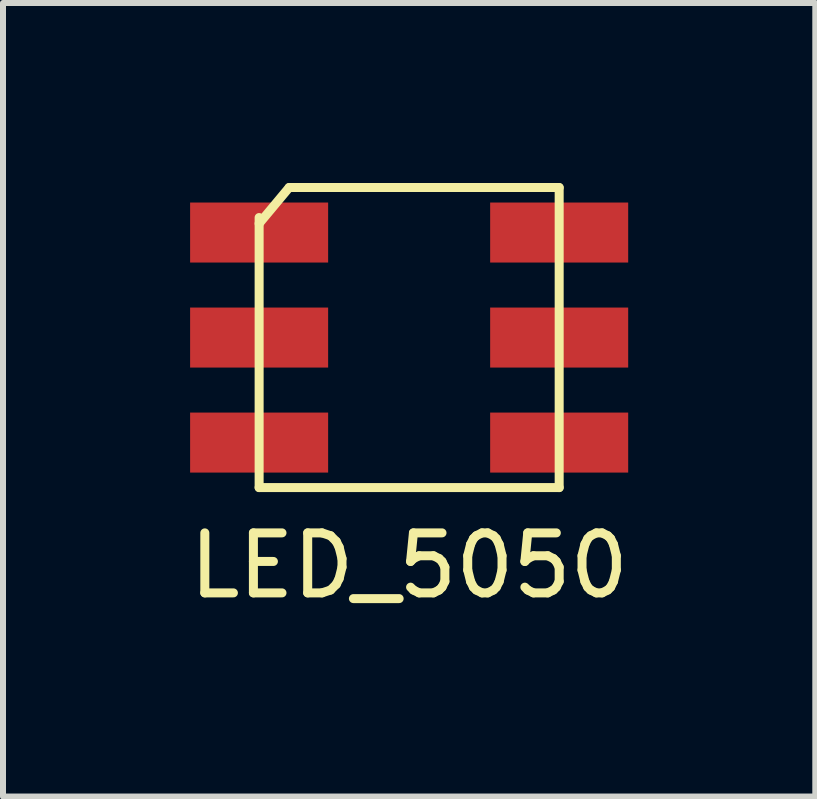
<source format=kicad_pcb>
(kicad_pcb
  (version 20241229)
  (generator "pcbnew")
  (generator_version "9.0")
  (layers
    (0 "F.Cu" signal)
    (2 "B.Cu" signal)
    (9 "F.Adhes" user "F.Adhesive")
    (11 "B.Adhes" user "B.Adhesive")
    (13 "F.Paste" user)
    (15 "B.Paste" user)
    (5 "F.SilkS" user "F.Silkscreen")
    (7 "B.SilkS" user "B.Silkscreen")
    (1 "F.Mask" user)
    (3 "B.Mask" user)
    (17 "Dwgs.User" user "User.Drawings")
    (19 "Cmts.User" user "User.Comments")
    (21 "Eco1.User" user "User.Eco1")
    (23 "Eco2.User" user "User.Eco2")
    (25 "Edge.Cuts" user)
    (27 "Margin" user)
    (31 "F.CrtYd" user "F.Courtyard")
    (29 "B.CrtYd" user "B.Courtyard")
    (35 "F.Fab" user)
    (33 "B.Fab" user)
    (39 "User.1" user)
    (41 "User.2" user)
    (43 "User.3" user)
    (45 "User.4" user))
  (footprint "LED_5050"
    (layer "F.Cu")
    (at 3.768 2.575)
    (property "Reference" "LED_5050" (at 0 3.8 0) (layer "F.SilkS") (effects (font (size 1 1) (thickness 0.15))))
    (attr through_hole)
    (fp_line (start -2.5 2.5) (end -2.5 -2) (stroke (width 0.15) (type solid)) (layer "F.SilkS"))
    (fp_line (start -2 -2.5) (end -2.5 -1.9) (stroke (width 0.15) (type solid)) (layer "F.SilkS"))
    (fp_line (start -2 -2.5) (end 2.5 -2.5) (stroke (width 0.15) (type solid)) (layer "F.SilkS"))
    (fp_line (start 2.5 -2.5) (end 2.5 2.5) (stroke (width 0.15) (type solid)) (layer "F.SilkS"))
    (fp_line (start 2.5 2.5) (end -2.5 2.5) (stroke (width 0.15) (type solid)) (layer "F.SilkS"))
    (pad "1" smd rect (at -2.5 -1.75) (size 2.3 1) (layers "F.Cu" "F.Mask" "F.Paste"))
    (pad "2" smd rect (at -2.5 0) (size 2.3 1) (layers "F.Cu" "F.Mask" "F.Paste"))
    (pad "3" smd rect (at -2.5 1.75) (size 2.3 1) (layers "F.Cu" "F.Mask" "F.Paste"))
    (pad "4" smd rect (at 2.5 1.75) (size 2.3 1) (layers "F.Cu" "F.Mask" "F.Paste"))
    (pad "5" smd rect (at 2.5 0) (size 2.3 1) (layers "F.Cu" "F.Mask" "F.Paste"))
    (pad "6" smd rect (at 2.5 -1.75) (size 2.3 1) (layers "F.Cu" "F.Mask" "F.Paste")))
  (gr_rect
    (start -3 -3)
    (end 10.536 10.223)
    (stroke (width 0.1) (type default))
    (fill no)
    (layer "Edge.Cuts")))
</source>
